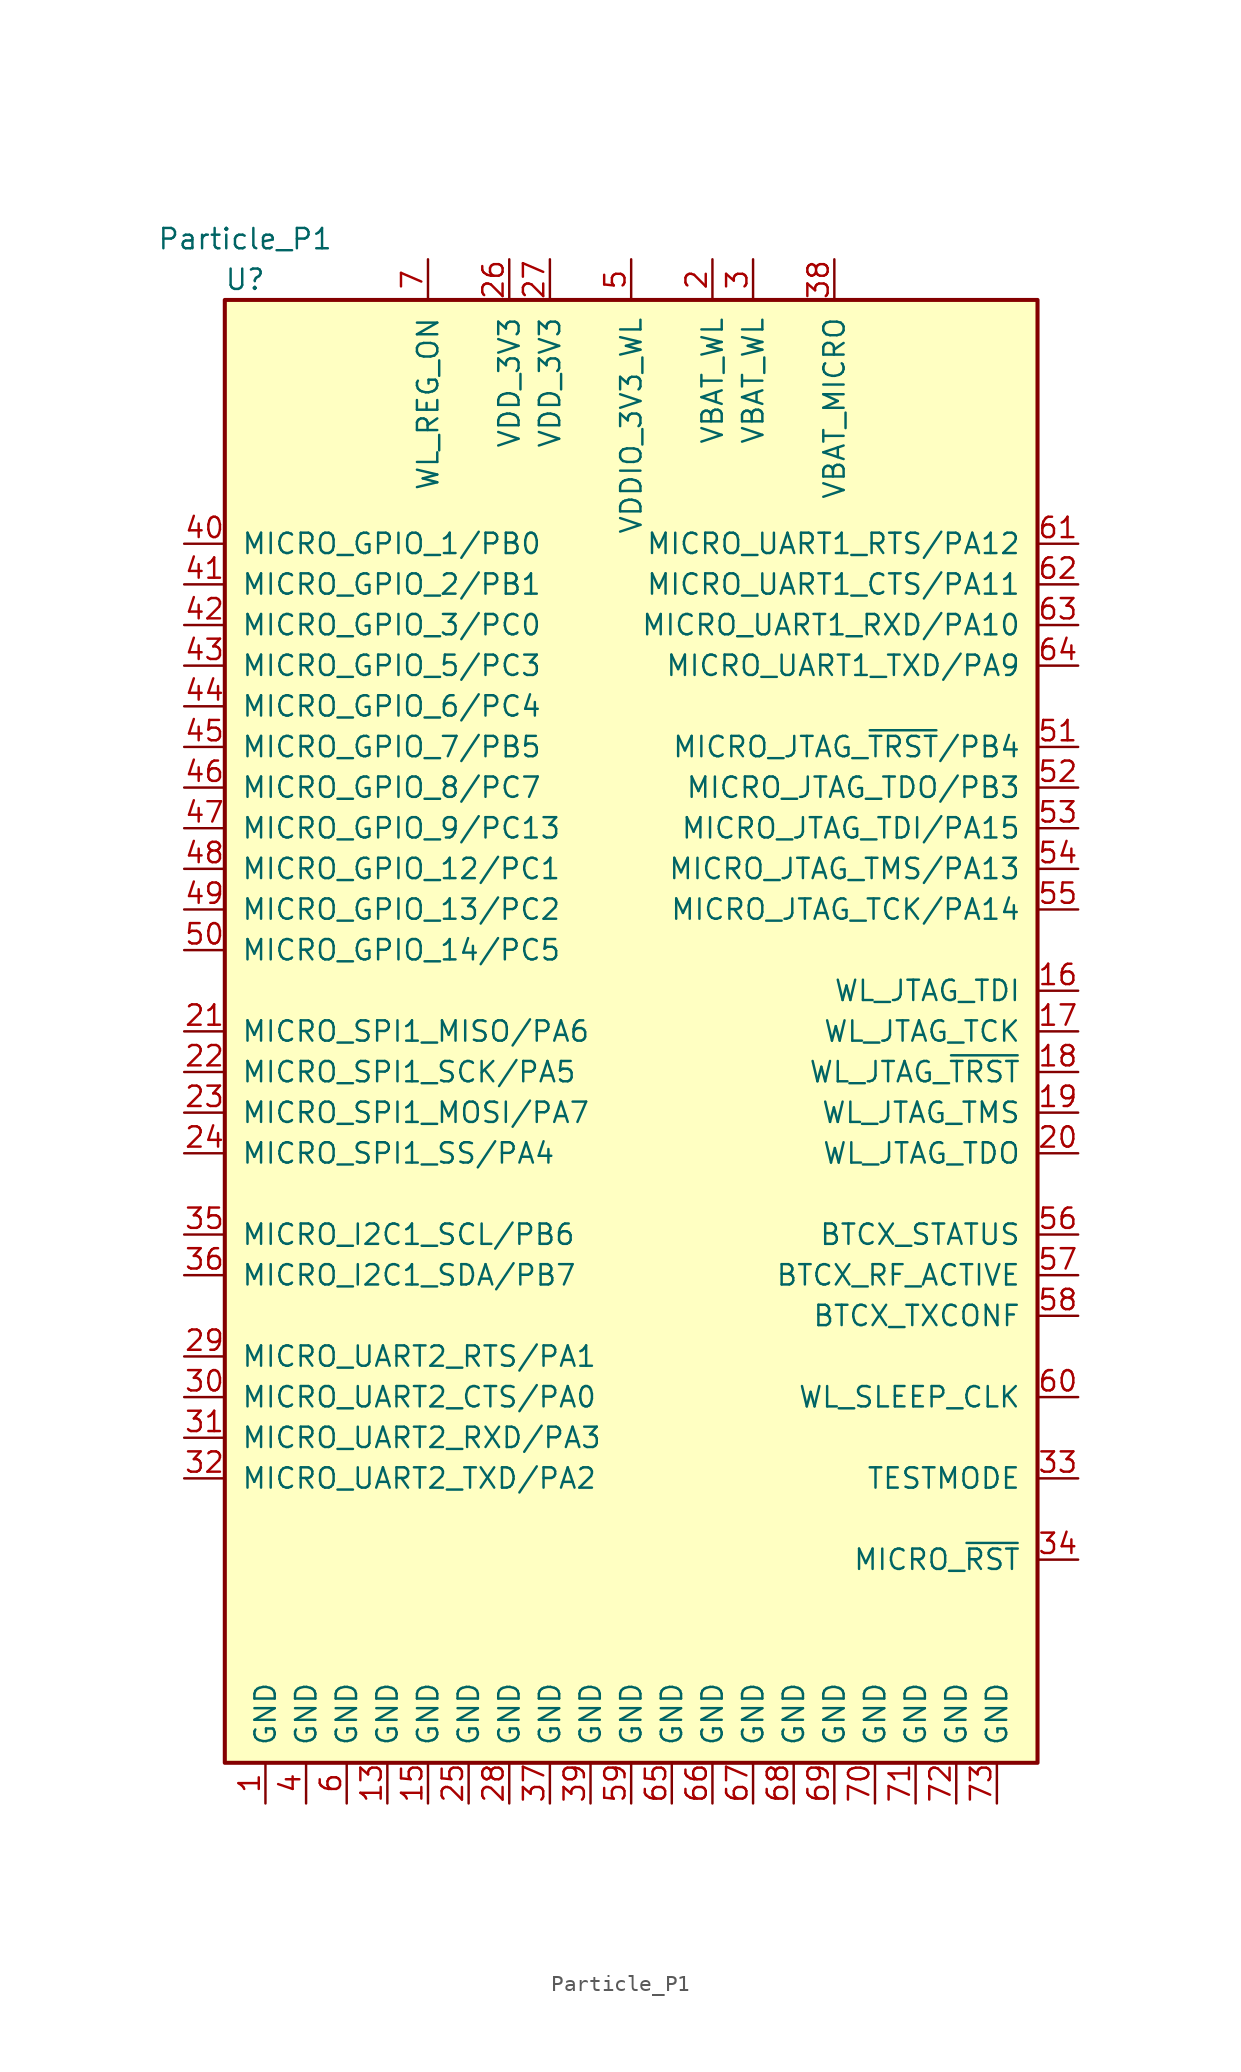
<source format=kicad_sym>
(kicad_symbol_lib
  (version 20201005)
  (generator kicad_symbol_editor)
  (symbol "RF_Module:Particle_P1"
    (pin_names
      (offset 1.016))
    (property "Reference" "U"
      (at -24.13 46.99 0)
      (effects (font (size 1.27 1.27))))
    (property "Value" "Particle_P1"
      (at -24.13 49.53 0)
      (effects (font (size 1.27 1.27))))
    (symbol "Particle_P1_1_1"
      (rectangle (start -25.4 45.72) (end 25.4 -45.72) (stroke (width 0.254)) (fill (type background)))
      (pin power_in line (at -22.86 -48.26 90) (length 2.54) (name "GND" (effects (font (size 1.27 1.27)))) (number "1" (effects (font (size 1.27 1.27)))))
      (pin no_connect line (at -25.4 35.56 0) (length 2.54) hide (name "NC" (effects (font (size 1.27 1.27)))) (number "10" (effects (font (size 1.27 1.27)))))
      (pin no_connect line (at 25.4 35.56 180) (length 2.54) hide (name "NC" (effects (font (size 1.27 1.27)))) (number "11" (effects (font (size 1.27 1.27)))))
      (pin no_connect line (at 25.4 38.1 180) (length 2.54) hide (name "NC" (effects (font (size 1.27 1.27)))) (number "12" (effects (font (size 1.27 1.27)))))
      (pin power_in line (at -15.24 -48.26 90) (length 2.54) (name "GND" (effects (font (size 1.27 1.27)))) (number "13" (effects (font (size 1.27 1.27)))))
      (pin no_connect line (at 25.4 40.64 180) (length 2.54) hide (name "NC" (effects (font (size 1.27 1.27)))) (number "14" (effects (font (size 1.27 1.27)))))
      (pin power_in line (at -12.7 -48.26 90) (length 2.54) (name "GND" (effects (font (size 1.27 1.27)))) (number "15" (effects (font (size 1.27 1.27)))))
      (pin input line (at 27.94 2.54 180) (length 2.54) (name "WL_JTAG_TDI" (effects (font (size 1.27 1.27)))) (number "16" (effects (font (size 1.27 1.27)))))
      (pin input line (at 27.94 0 180) (length 2.54) (name "WL_JTAG_TCK" (effects (font (size 1.27 1.27)))) (number "17" (effects (font (size 1.27 1.27)))))
      (pin input line (at 27.94 -2.54 180) (length 2.54) (name "WL_JTAG_~TRST~" (effects (font (size 1.27 1.27)))) (number "18" (effects (font (size 1.27 1.27)))))
      (pin input line (at 27.94 -5.08 180) (length 2.54) (name "WL_JTAG_TMS" (effects (font (size 1.27 1.27)))) (number "19" (effects (font (size 1.27 1.27)))))
      (pin power_in line (at 5.08 48.26 270) (length 2.54) (name "VBAT_WL" (effects (font (size 1.27 1.27)))) (number "2" (effects (font (size 1.27 1.27)))))
      (pin input line (at 27.94 -7.62 180) (length 2.54) (name "WL_JTAG_TDO" (effects (font (size 1.27 1.27)))) (number "20" (effects (font (size 1.27 1.27)))))
      (pin bidirectional line (at -27.94 0 0) (length 2.54) (name "MICRO_SPI1_MISO/PA6" (effects (font (size 1.27 1.27)))) (number "21" (effects (font (size 1.27 1.27)))))
      (pin bidirectional line (at -27.94 -2.54 0) (length 2.54) (name "MICRO_SPI1_SCK/PA5" (effects (font (size 1.27 1.27)))) (number "22" (effects (font (size 1.27 1.27)))))
      (pin bidirectional line (at -27.94 -5.08 0) (length 2.54) (name "MICRO_SPI1_MOSI/PA7" (effects (font (size 1.27 1.27)))) (number "23" (effects (font (size 1.27 1.27)))))
      (pin bidirectional line (at -27.94 -7.62 0) (length 2.54) (name "MICRO_SPI1_SS/PA4" (effects (font (size 1.27 1.27)))) (number "24" (effects (font (size 1.27 1.27)))))
      (pin power_in line (at -10.16 -48.26 90) (length 2.54) (name "GND" (effects (font (size 1.27 1.27)))) (number "25" (effects (font (size 1.27 1.27)))))
      (pin power_in line (at -7.62 48.26 270) (length 2.54) (name "VDD_3V3" (effects (font (size 1.27 1.27)))) (number "26" (effects (font (size 1.27 1.27)))))
      (pin power_in line (at -5.08 48.26 270) (length 2.54) (name "VDD_3V3" (effects (font (size 1.27 1.27)))) (number "27" (effects (font (size 1.27 1.27)))))
      (pin power_in line (at -7.62 -48.26 90) (length 2.54) (name "GND" (effects (font (size 1.27 1.27)))) (number "28" (effects (font (size 1.27 1.27)))))
      (pin bidirectional line (at -27.94 -20.32 0) (length 2.54) (name "MICRO_UART2_RTS/PA1" (effects (font (size 1.27 1.27)))) (number "29" (effects (font (size 1.27 1.27)))))
      (pin power_in line (at 7.62 48.26 270) (length 2.54) (name "VBAT_WL" (effects (font (size 1.27 1.27)))) (number "3" (effects (font (size 1.27 1.27)))))
      (pin bidirectional line (at -27.94 -22.86 0) (length 2.54) (name "MICRO_UART2_CTS/PA0" (effects (font (size 1.27 1.27)))) (number "30" (effects (font (size 1.27 1.27)))))
      (pin bidirectional line (at -27.94 -25.4 0) (length 2.54) (name "MICRO_UART2_RXD/PA3" (effects (font (size 1.27 1.27)))) (number "31" (effects (font (size 1.27 1.27)))))
      (pin bidirectional line (at -27.94 -27.94 0) (length 2.54) (name "MICRO_UART2_TXD/PA2" (effects (font (size 1.27 1.27)))) (number "32" (effects (font (size 1.27 1.27)))))
      (pin bidirectional line (at 27.94 -27.94 180) (length 2.54) (name "TESTMODE" (effects (font (size 1.27 1.27)))) (number "33" (effects (font (size 1.27 1.27)))))
      (pin input line (at 27.94 -33.02 180) (length 2.54) (name "MICRO_~RST" (effects (font (size 1.27 1.27)))) (number "34" (effects (font (size 1.27 1.27)))))
      (pin bidirectional line (at -27.94 -12.7 0) (length 2.54) (name "MICRO_I2C1_SCL/PB6" (effects (font (size 1.27 1.27)))) (number "35" (effects (font (size 1.27 1.27)))))
      (pin bidirectional line (at -27.94 -15.24 0) (length 2.54) (name "MICRO_I2C1_SDA/PB7" (effects (font (size 1.27 1.27)))) (number "36" (effects (font (size 1.27 1.27)))))
      (pin power_in line (at -5.08 -48.26 90) (length 2.54) (name "GND" (effects (font (size 1.27 1.27)))) (number "37" (effects (font (size 1.27 1.27)))))
      (pin power_in line (at 12.7 48.26 270) (length 2.54) (name "VBAT_MICRO" (effects (font (size 1.27 1.27)))) (number "38" (effects (font (size 1.27 1.27)))))
      (pin power_in line (at -2.54 -48.26 90) (length 2.54) (name "GND" (effects (font (size 1.27 1.27)))) (number "39" (effects (font (size 1.27 1.27)))))
      (pin power_in line (at -20.32 -48.26 90) (length 2.54) (name "GND" (effects (font (size 1.27 1.27)))) (number "4" (effects (font (size 1.27 1.27)))))
      (pin bidirectional line (at -27.94 30.48 0) (length 2.54) (name "MICRO_GPIO_1/PB0" (effects (font (size 1.27 1.27)))) (number "40" (effects (font (size 1.27 1.27)))))
      (pin bidirectional line (at -27.94 27.94 0) (length 2.54) (name "MICRO_GPIO_2/PB1" (effects (font (size 1.27 1.27)))) (number "41" (effects (font (size 1.27 1.27)))))
      (pin bidirectional line (at -27.94 25.4 0) (length 2.54) (name "MICRO_GPIO_3/PC0" (effects (font (size 1.27 1.27)))) (number "42" (effects (font (size 1.27 1.27)))))
      (pin bidirectional line (at -27.94 22.86 0) (length 2.54) (name "MICRO_GPIO_5/PC3" (effects (font (size 1.27 1.27)))) (number "43" (effects (font (size 1.27 1.27)))))
      (pin bidirectional line (at -27.94 20.32 0) (length 2.54) (name "MICRO_GPIO_6/PC4" (effects (font (size 1.27 1.27)))) (number "44" (effects (font (size 1.27 1.27)))))
      (pin bidirectional line (at -27.94 17.78 0) (length 2.54) (name "MICRO_GPIO_7/PB5" (effects (font (size 1.27 1.27)))) (number "45" (effects (font (size 1.27 1.27)))))
      (pin bidirectional line (at -27.94 15.24 0) (length 2.54) (name "MICRO_GPIO_8/PC7" (effects (font (size 1.27 1.27)))) (number "46" (effects (font (size 1.27 1.27)))))
      (pin bidirectional line (at -27.94 12.7 0) (length 2.54) (name "MICRO_GPIO_9/PC13" (effects (font (size 1.27 1.27)))) (number "47" (effects (font (size 1.27 1.27)))))
      (pin bidirectional line (at -27.94 10.16 0) (length 2.54) (name "MICRO_GPIO_12/PC1" (effects (font (size 1.27 1.27)))) (number "48" (effects (font (size 1.27 1.27)))))
      (pin bidirectional line (at -27.94 7.62 0) (length 2.54) (name "MICRO_GPIO_13/PC2" (effects (font (size 1.27 1.27)))) (number "49" (effects (font (size 1.27 1.27)))))
      (pin power_in line (at 0 48.26 270) (length 2.54) (name "VDDIO_3V3_WL" (effects (font (size 1.27 1.27)))) (number "5" (effects (font (size 1.27 1.27)))))
      (pin bidirectional line (at -27.94 5.08 0) (length 2.54) (name "MICRO_GPIO_14/PC5" (effects (font (size 1.27 1.27)))) (number "50" (effects (font (size 1.27 1.27)))))
      (pin bidirectional line (at 27.94 17.78 180) (length 2.54) (name "MICRO_JTAG_~TRST~/PB4" (effects (font (size 1.27 1.27)))) (number "51" (effects (font (size 1.27 1.27)))))
      (pin bidirectional line (at 27.94 15.24 180) (length 2.54) (name "MICRO_JTAG_TDO/PB3" (effects (font (size 1.27 1.27)))) (number "52" (effects (font (size 1.27 1.27)))))
      (pin bidirectional line (at 27.94 12.7 180) (length 2.54) (name "MICRO_JTAG_TDI/PA15" (effects (font (size 1.27 1.27)))) (number "53" (effects (font (size 1.27 1.27)))))
      (pin bidirectional line (at 27.94 10.16 180) (length 2.54) (name "MICRO_JTAG_TMS/PA13" (effects (font (size 1.27 1.27)))) (number "54" (effects (font (size 1.27 1.27)))))
      (pin bidirectional line (at 27.94 7.62 180) (length 2.54) (name "MICRO_JTAG_TCK/PA14" (effects (font (size 1.27 1.27)))) (number "55" (effects (font (size 1.27 1.27)))))
      (pin input line (at 27.94 -12.7 180) (length 2.54) (name "BTCX_STATUS" (effects (font (size 1.27 1.27)))) (number "56" (effects (font (size 1.27 1.27)))))
      (pin input line (at 27.94 -15.24 180) (length 2.54) (name "BTCX_RF_ACTIVE" (effects (font (size 1.27 1.27)))) (number "57" (effects (font (size 1.27 1.27)))))
      (pin output line (at 27.94 -17.78 180) (length 2.54) (name "BTCX_TXCONF" (effects (font (size 1.27 1.27)))) (number "58" (effects (font (size 1.27 1.27)))))
      (pin power_in line (at 0 -48.26 90) (length 2.54) (name "GND" (effects (font (size 1.27 1.27)))) (number "59" (effects (font (size 1.27 1.27)))))
      (pin power_in line (at -17.78 -48.26 90) (length 2.54) (name "GND" (effects (font (size 1.27 1.27)))) (number "6" (effects (font (size 1.27 1.27)))))
      (pin input line (at 27.94 -22.86 180) (length 2.54) (name "WL_SLEEP_CLK" (effects (font (size 1.27 1.27)))) (number "60" (effects (font (size 1.27 1.27)))))
      (pin bidirectional line (at 27.94 30.48 180) (length 2.54) (name "MICRO_UART1_RTS/PA12" (effects (font (size 1.27 1.27)))) (number "61" (effects (font (size 1.27 1.27)))))
      (pin bidirectional line (at 27.94 27.94 180) (length 2.54) (name "MICRO_UART1_CTS/PA11" (effects (font (size 1.27 1.27)))) (number "62" (effects (font (size 1.27 1.27)))))
      (pin bidirectional line (at 27.94 25.4 180) (length 2.54) (name "MICRO_UART1_RXD/PA10" (effects (font (size 1.27 1.27)))) (number "63" (effects (font (size 1.27 1.27)))))
      (pin bidirectional line (at 27.94 22.86 180) (length 2.54) (name "MICRO_UART1_TXD/PA9" (effects (font (size 1.27 1.27)))) (number "64" (effects (font (size 1.27 1.27)))))
      (pin power_in line (at 2.54 -48.26 90) (length 2.54) (name "GND" (effects (font (size 1.27 1.27)))) (number "65" (effects (font (size 1.27 1.27)))))
      (pin power_in line (at 5.08 -48.26 90) (length 2.54) (name "GND" (effects (font (size 1.27 1.27)))) (number "66" (effects (font (size 1.27 1.27)))))
      (pin power_in line (at 7.62 -48.26 90) (length 2.54) (name "GND" (effects (font (size 1.27 1.27)))) (number "67" (effects (font (size 1.27 1.27)))))
      (pin power_in line (at 10.16 -48.26 90) (length 2.54) (name "GND" (effects (font (size 1.27 1.27)))) (number "68" (effects (font (size 1.27 1.27)))))
      (pin power_in line (at 12.7 -48.26 90) (length 2.54) (name "GND" (effects (font (size 1.27 1.27)))) (number "69" (effects (font (size 1.27 1.27)))))
      (pin power_in line (at -12.7 48.26 270) (length 2.54) (name "WL_REG_ON" (effects (font (size 1.27 1.27)))) (number "7" (effects (font (size 1.27 1.27)))))
      (pin power_in line (at 15.24 -48.26 90) (length 2.54) (name "GND" (effects (font (size 1.27 1.27)))) (number "70" (effects (font (size 1.27 1.27)))))
      (pin power_in line (at 17.78 -48.26 90) (length 2.54) (name "GND" (effects (font (size 1.27 1.27)))) (number "71" (effects (font (size 1.27 1.27)))))
      (pin power_in line (at 20.32 -48.26 90) (length 2.54) (name "GND" (effects (font (size 1.27 1.27)))) (number "72" (effects (font (size 1.27 1.27)))))
      (pin power_in line (at 22.86 -48.26 90) (length 2.54) (name "GND" (effects (font (size 1.27 1.27)))) (number "73" (effects (font (size 1.27 1.27)))))
      (pin no_connect line (at -25.4 -33.02 0) (length 2.54) hide (name "PAD1" (effects (font (size 1.27 1.27)))) (number "74" (effects (font (size 1.27 1.27)))))
      (pin no_connect line (at -25.4 -35.56 0) (length 2.54) hide (name "PAD2" (effects (font (size 1.27 1.27)))) (number "75" (effects (font (size 1.27 1.27)))))
      (pin no_connect line (at -25.4 40.64 0) (length 2.54) hide (name "NC" (effects (font (size 1.27 1.27)))) (number "8" (effects (font (size 1.27 1.27)))))
      (pin no_connect line (at -25.4 38.1 0) (length 2.54) hide (name "NC" (effects (font (size 1.27 1.27)))) (number "9" (effects (font (size 1.27 1.27))))))))
</source>
